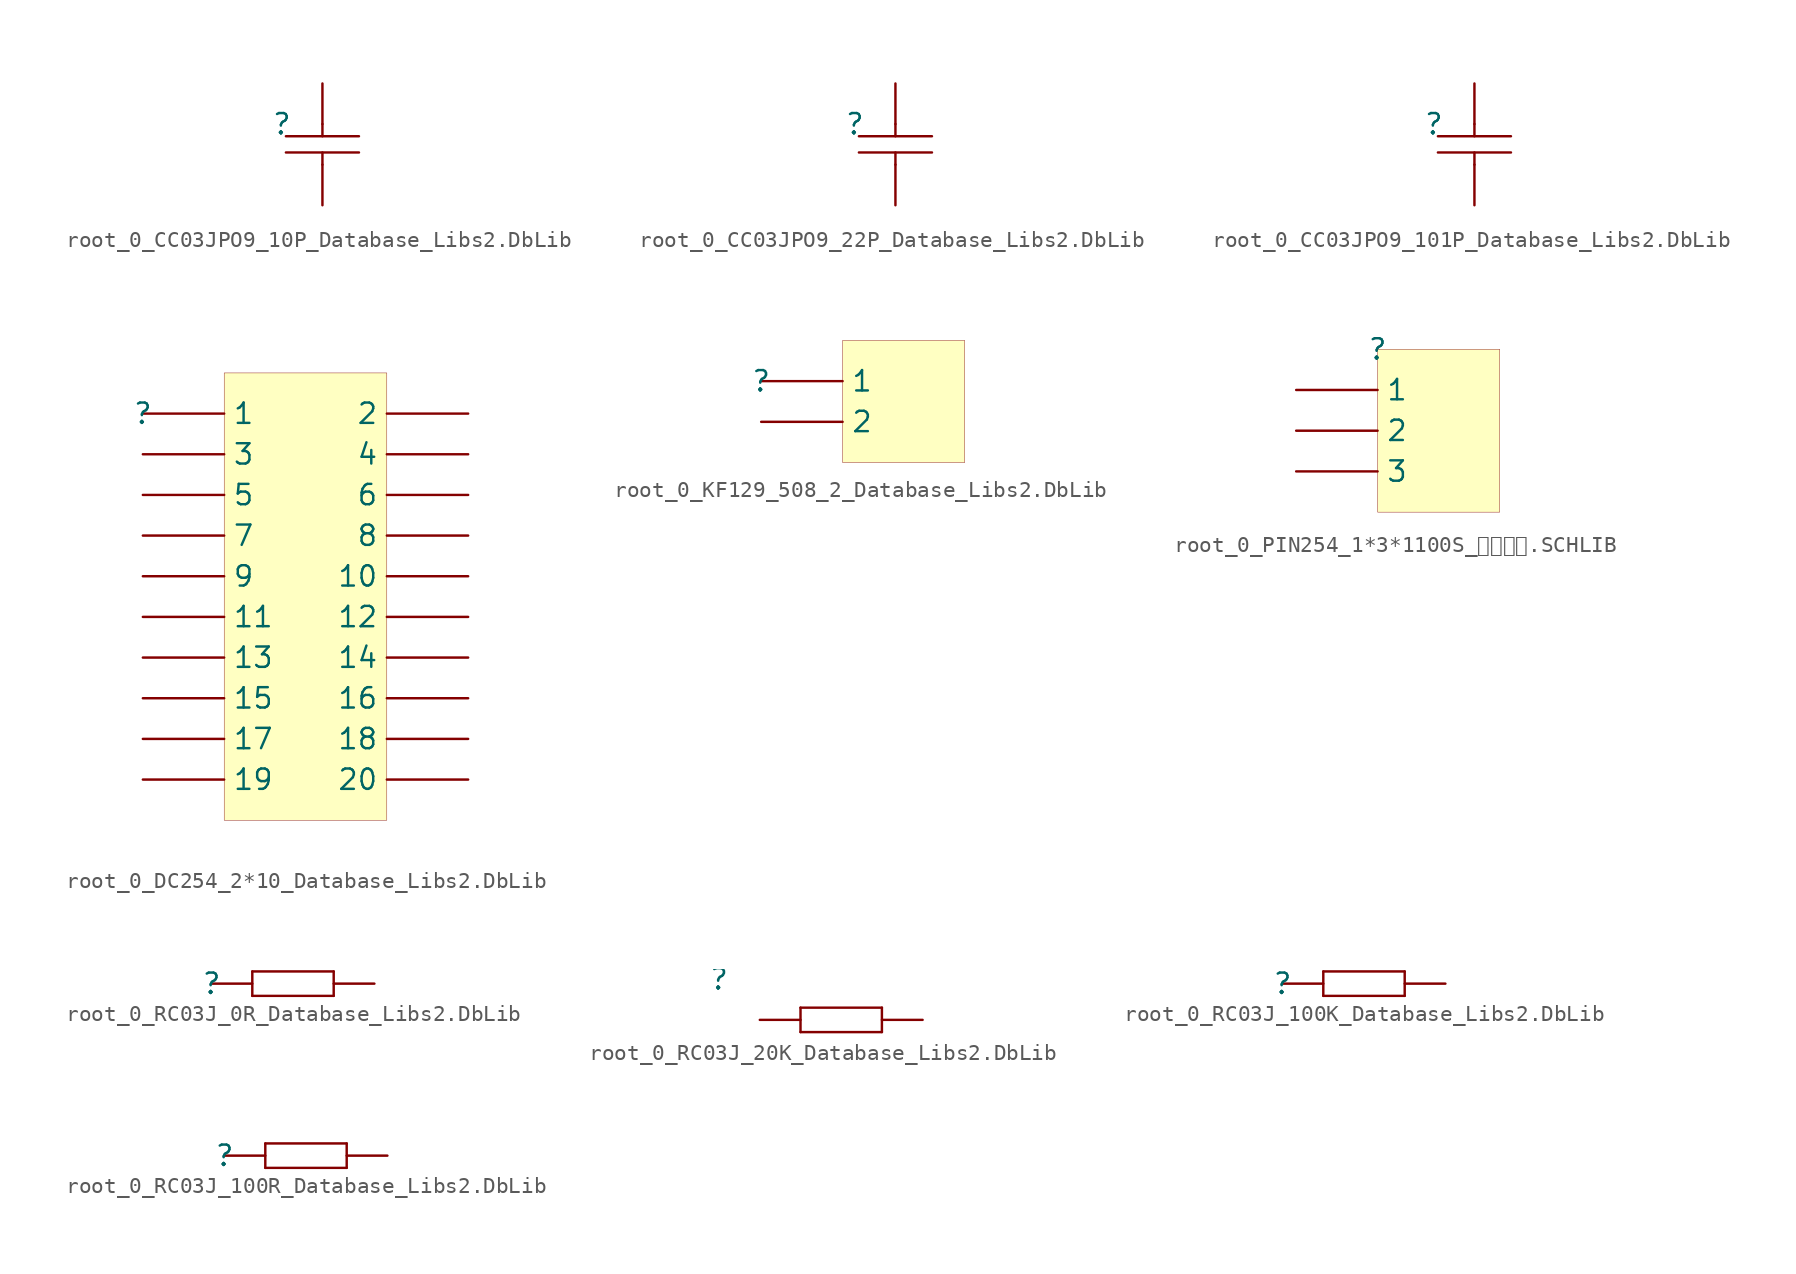
<source format=kicad_sym>
(kicad_symbol_lib
  (version 20241209)
  (generator "kicad_symbol_editor")
  (generator_version "9.0")
  (symbol "root_0_CC03JPO9_10P_Database_Libs2.DbLib"
    (pin_numbers
      (hide yes))
    (pin_names
      (hide yes))
    (property "Reference" ""
      (at 0 0 0)
      (effects (font (size 1.27 1.27))))
    (property "Value" ""
      (at 0 0 0)
      (effects (font (size 1.27 1.27))))
    (symbol "root_0_CC03JPO9_10P_Database_Libs2.DbLib_1_0"
      (polyline (pts (xy 0.254 -0.762) (xy 4.826 -0.762)) (stroke (width 0) (type solid)) (fill (type none)))
      (polyline (pts (xy 0.254 -1.778) (xy 4.826 -1.778)) (stroke (width 0) (type solid)) (fill (type none)))
      (polyline (pts (xy 2.54 0) (xy 2.54 -0.762)) (stroke (width 0) (type solid)) (fill (type none)))
      (polyline (pts (xy 2.54 -1.778) (xy 2.54 -2.54)) (stroke (width 0) (type solid)) (fill (type none)))
      (pin passive line (at 2.54 2.54 270) (length 2.54) (name "1" (effects (font (size 1.27 1.27)))) (number "1" (effects (font (size 1.27 1.27)))))
      (pin passive line (at 2.54 -5.08 90) (length 2.54) (name "2" (effects (font (size 1.27 1.27)))) (number "2" (effects (font (size 1.27 1.27)))))))
  (symbol "root_0_CC03JPO9_22P_Database_Libs2.DbLib"
    (pin_numbers
      (hide yes))
    (pin_names
      (hide yes))
    (property "Reference" ""
      (at 0 0 0)
      (effects (font (size 1.27 1.27))))
    (property "Value" ""
      (at 0 0 0)
      (effects (font (size 1.27 1.27))))
    (symbol "root_0_CC03JPO9_22P_Database_Libs2.DbLib_1_0"
      (polyline (pts (xy 0.254 -0.762) (xy 4.826 -0.762)) (stroke (width 0) (type solid)) (fill (type none)))
      (polyline (pts (xy 0.254 -1.778) (xy 4.826 -1.778)) (stroke (width 0) (type solid)) (fill (type none)))
      (polyline (pts (xy 2.54 0) (xy 2.54 -0.762)) (stroke (width 0) (type solid)) (fill (type none)))
      (polyline (pts (xy 2.54 -1.778) (xy 2.54 -2.54)) (stroke (width 0) (type solid)) (fill (type none)))
      (pin passive line (at 2.54 2.54 270) (length 2.54) (name "1" (effects (font (size 1.27 1.27)))) (number "1" (effects (font (size 1.27 1.27)))))
      (pin passive line (at 2.54 -5.08 90) (length 2.54) (name "2" (effects (font (size 1.27 1.27)))) (number "2" (effects (font (size 1.27 1.27)))))))
  (symbol "root_0_CC03JPO9_101P_Database_Libs2.DbLib"
    (pin_numbers
      (hide yes))
    (pin_names
      (hide yes))
    (property "Reference" ""
      (at 0 0 0)
      (effects (font (size 1.27 1.27))))
    (property "Value" ""
      (at 0 0 0)
      (effects (font (size 1.27 1.27))))
    (symbol "root_0_CC03JPO9_101P_Database_Libs2.DbLib_1_0"
      (polyline (pts (xy 0.254 -0.762) (xy 4.826 -0.762)) (stroke (width 0) (type solid)) (fill (type none)))
      (polyline (pts (xy 0.254 -1.778) (xy 4.826 -1.778)) (stroke (width 0) (type solid)) (fill (type none)))
      (polyline (pts (xy 2.54 0) (xy 2.54 -0.762)) (stroke (width 0) (type solid)) (fill (type none)))
      (polyline (pts (xy 2.54 -1.778) (xy 2.54 -2.54)) (stroke (width 0) (type solid)) (fill (type none)))
      (pin passive line (at 2.54 2.54 270) (length 2.54) (name "1" (effects (font (size 1.27 1.27)))) (number "1" (effects (font (size 1.27 1.27)))))
      (pin passive line (at 2.54 -5.08 90) (length 2.54) (name "2" (effects (font (size 1.27 1.27)))) (number "2" (effects (font (size 1.27 1.27)))))))
  (symbol "root_0_DC254_2*10_Database_Libs2.DbLib"
    (pin_numbers
      (hide yes))
    (property "Reference" ""
      (at 0 0 0)
      (effects (font (size 1.27 1.27))))
    (property "Value" ""
      (at 0 0 0)
      (effects (font (size 1.27 1.27))))
    (symbol "root_0_DC254_2*10_Database_Libs2.DbLib_1_0"
      (rectangle (start 15.24 2.54) (end 5.08 -25.4) (stroke (width 0.025) (type solid) (color 128 0 0 1)) (fill (type background)))
      (pin passive line (at 0 0 0) (length 5.08) (name "1" (effects (font (size 1.27 1.27)))) (number "1" (effects (font (size 1.27 1.27)))))
      (pin passive line (at 0 -2.54 0) (length 5.08) (name "3" (effects (font (size 1.27 1.27)))) (number "3" (effects (font (size 1.27 1.27)))))
      (pin passive line (at 0 -5.08 0) (length 5.08) (name "5" (effects (font (size 1.27 1.27)))) (number "5" (effects (font (size 1.27 1.27)))))
      (pin passive line (at 0 -7.62 0) (length 5.08) (name "7" (effects (font (size 1.27 1.27)))) (number "7" (effects (font (size 1.27 1.27)))))
      (pin passive line (at 0 -10.16 0) (length 5.08) (name "9" (effects (font (size 1.27 1.27)))) (number "9" (effects (font (size 1.27 1.27)))))
      (pin passive line (at 0 -12.7 0) (length 5.08) (name "11" (effects (font (size 1.27 1.27)))) (number "11" (effects (font (size 1.27 1.27)))))
      (pin passive line (at 0 -15.24 0) (length 5.08) (name "13" (effects (font (size 1.27 1.27)))) (number "13" (effects (font (size 1.27 1.27)))))
      (pin passive line (at 0 -17.78 0) (length 5.08) (name "15" (effects (font (size 1.27 1.27)))) (number "15" (effects (font (size 1.27 1.27)))))
      (pin passive line (at 0 -20.32 0) (length 5.08) (name "17" (effects (font (size 1.27 1.27)))) (number "17" (effects (font (size 1.27 1.27)))))
      (pin passive line (at 0 -22.86 0) (length 5.08) (name "19" (effects (font (size 1.27 1.27)))) (number "19" (effects (font (size 1.27 1.27)))))
      (pin passive line (at 20.32 0 180) (length 5.08) (name "2" (effects (font (size 1.27 1.27)))) (number "2" (effects (font (size 1.27 1.27)))))
      (pin passive line (at 20.32 -2.54 180) (length 5.08) (name "4" (effects (font (size 1.27 1.27)))) (number "4" (effects (font (size 1.27 1.27)))))
      (pin passive line (at 20.32 -5.08 180) (length 5.08) (name "6" (effects (font (size 1.27 1.27)))) (number "6" (effects (font (size 1.27 1.27)))))
      (pin passive line (at 20.32 -7.62 180) (length 5.08) (name "8" (effects (font (size 1.27 1.27)))) (number "8" (effects (font (size 1.27 1.27)))))
      (pin passive line (at 20.32 -10.16 180) (length 5.08) (name "10" (effects (font (size 1.27 1.27)))) (number "10" (effects (font (size 1.27 1.27)))))
      (pin passive line (at 20.32 -12.7 180) (length 5.08) (name "12" (effects (font (size 1.27 1.27)))) (number "12" (effects (font (size 1.27 1.27)))))
      (pin passive line (at 20.32 -15.24 180) (length 5.08) (name "14" (effects (font (size 1.27 1.27)))) (number "14" (effects (font (size 1.27 1.27)))))
      (pin passive line (at 20.32 -17.78 180) (length 5.08) (name "16" (effects (font (size 1.27 1.27)))) (number "16" (effects (font (size 1.27 1.27)))))
      (pin passive line (at 20.32 -20.32 180) (length 5.08) (name "18" (effects (font (size 1.27 1.27)))) (number "18" (effects (font (size 1.27 1.27)))))
      (pin passive line (at 20.32 -22.86 180) (length 5.08) (name "20" (effects (font (size 1.27 1.27)))) (number "20" (effects (font (size 1.27 1.27)))))))
  (symbol "root_0_KF129_508_2_Database_Libs2.DbLib"
    (pin_numbers
      (hide yes))
    (property "Reference" ""
      (at 0 0 0)
      (effects (font (size 1.27 1.27))))
    (property "Value" ""
      (at 0 0 0)
      (effects (font (size 1.27 1.27))))
    (symbol "root_0_KF129_508_2_Database_Libs2.DbLib_1_0"
      (rectangle (start 12.7 2.54) (end 5.08 -5.08) (stroke (width 0.025) (type solid) (color 128 0 0 1)) (fill (type background)))
      (pin passive line (at 0 0 0) (length 5.08) (name "1" (effects (font (size 1.27 1.27)))) (number "1" (effects (font (size 1.27 1.27)))))
      (pin passive line (at 0 -2.54 0) (length 5.08) (name "2" (effects (font (size 1.27 1.27)))) (number "2" (effects (font (size 1.27 1.27)))))))
  (symbol "root_0_PIN254_1*3*1100S_模拟计量.SCHLIB"
    (pin_numbers
      (hide yes))
    (property "Reference" ""
      (at 0 0 0)
      (effects (font (size 1.27 1.27))))
    (property "Value" ""
      (at 0 0 0)
      (effects (font (size 1.27 1.27))))
    (symbol "root_0_PIN254_1*3*1100S_模拟计量.SCHLIB_1_0"
      (rectangle (start 7.62 0) (end 0 -10.16) (stroke (width 0.025) (type solid) (color 128 0 0 1)) (fill (type background)))
      (pin passive line (at -5.08 -2.54 0) (length 5.08) (name "1" (effects (font (size 1.27 1.27)))) (number "1" (effects (font (size 1.27 1.27)))))
      (pin passive line (at -5.08 -5.08 0) (length 5.08) (name "2" (effects (font (size 1.27 1.27)))) (number "2" (effects (font (size 1.27 1.27)))))
      (pin passive line (at -5.08 -7.62 0) (length 5.08) (name "3" (effects (font (size 1.27 1.27)))) (number "3" (effects (font (size 1.27 1.27)))))))
  (symbol "root_0_RC03J_0R_Database_Libs2.DbLib"
    (pin_numbers
      (hide yes))
    (pin_names
      (hide yes))
    (property "Reference" ""
      (at 0 0 0)
      (effects (font (size 1.27 1.27))))
    (property "Value" ""
      (at 0 0 0)
      (effects (font (size 1.27 1.27))))
    (symbol "root_0_RC03J_0R_Database_Libs2.DbLib_1_0"
      (polyline (pts (xy 2.54 0.762) (xy 2.54 -0.762)) (stroke (width 0) (type solid)) (fill (type none)))
      (polyline (pts (xy 2.54 0.762) (xy 7.62 0.762)) (stroke (width 0) (type solid)) (fill (type none)))
      (polyline (pts (xy 2.54 -0.762) (xy 7.62 -0.762)) (stroke (width 0) (type solid)) (fill (type none)))
      (polyline (pts (xy 7.62 0.762) (xy 7.62 -0.762)) (stroke (width 0) (type solid)) (fill (type none)))
      (pin passive line (at 0 0 0) (length 2.54) (name "1" (effects (font (size 1.27 1.27)))) (number "1" (effects (font (size 1.27 1.27)))))
      (pin passive line (at 10.16 0 180) (length 2.54) (name "2" (effects (font (size 1.27 1.27)))) (number "2" (effects (font (size 1.27 1.27)))))))
  (symbol "root_0_RC03J_20K_Database_Libs2.DbLib"
    (pin_numbers
      (hide yes))
    (pin_names
      (hide yes))
    (property "Reference" ""
      (at 0 0 0)
      (effects (font (size 1.27 1.27))))
    (property "Value" ""
      (at 0 0 0)
      (effects (font (size 1.27 1.27))))
    (symbol "root_0_RC03J_20K_Database_Libs2.DbLib_1_0"
      (polyline (pts (xy 5.08 -1.778) (xy 5.08 -3.302)) (stroke (width 0) (type solid)) (fill (type none)))
      (polyline (pts (xy 5.08 -1.778) (xy 10.16 -1.778)) (stroke (width 0) (type solid)) (fill (type none)))
      (polyline (pts (xy 5.08 -3.302) (xy 10.16 -3.302)) (stroke (width 0) (type solid)) (fill (type none)))
      (polyline (pts (xy 10.16 -1.778) (xy 10.16 -3.302)) (stroke (width 0) (type solid)) (fill (type none)))
      (pin passive line (at 2.54 -2.54 0) (length 2.54) (name "1" (effects (font (size 1.27 1.27)))) (number "1" (effects (font (size 1.27 1.27)))))
      (pin passive line (at 12.7 -2.54 180) (length 2.54) (name "2" (effects (font (size 1.27 1.27)))) (number "2" (effects (font (size 1.27 1.27)))))))
  (symbol "root_0_RC03J_100K_Database_Libs2.DbLib"
    (pin_numbers
      (hide yes))
    (pin_names
      (hide yes))
    (property "Reference" ""
      (at 0 0 0)
      (effects (font (size 1.27 1.27))))
    (property "Value" ""
      (at 0 0 0)
      (effects (font (size 1.27 1.27))))
    (symbol "root_0_RC03J_100K_Database_Libs2.DbLib_1_0"
      (polyline (pts (xy 2.54 0.762) (xy 2.54 -0.762)) (stroke (width 0) (type solid)) (fill (type none)))
      (polyline (pts (xy 2.54 0.762) (xy 7.62 0.762)) (stroke (width 0) (type solid)) (fill (type none)))
      (polyline (pts (xy 2.54 -0.762) (xy 7.62 -0.762)) (stroke (width 0) (type solid)) (fill (type none)))
      (polyline (pts (xy 7.62 0.762) (xy 7.62 -0.762)) (stroke (width 0) (type solid)) (fill (type none)))
      (pin passive line (at 0 0 0) (length 2.54) (name "1" (effects (font (size 1.27 1.27)))) (number "1" (effects (font (size 1.27 1.27)))))
      (pin passive line (at 10.16 0 180) (length 2.54) (name "2" (effects (font (size 1.27 1.27)))) (number "2" (effects (font (size 1.27 1.27)))))))
  (symbol "root_0_RC03J_100R_Database_Libs2.DbLib"
    (pin_numbers
      (hide yes))
    (pin_names
      (hide yes))
    (property "Reference" ""
      (at 0 0 0)
      (effects (font (size 1.27 1.27))))
    (property "Value" ""
      (at 0 0 0)
      (effects (font (size 1.27 1.27))))
    (symbol "root_0_RC03J_100R_Database_Libs2.DbLib_1_0"
      (polyline (pts (xy 2.54 0.762) (xy 2.54 -0.762)) (stroke (width 0) (type solid)) (fill (type none)))
      (polyline (pts (xy 2.54 0.762) (xy 7.62 0.762)) (stroke (width 0) (type solid)) (fill (type none)))
      (polyline (pts (xy 2.54 -0.762) (xy 7.62 -0.762)) (stroke (width 0) (type solid)) (fill (type none)))
      (polyline (pts (xy 7.62 0.762) (xy 7.62 -0.762)) (stroke (width 0) (type solid)) (fill (type none)))
      (pin passive line (at 0 0 0) (length 2.54) (name "1" (effects (font (size 1.27 1.27)))) (number "1" (effects (font (size 1.27 1.27)))))
      (pin passive line (at 10.16 0 180) (length 2.54) (name "2" (effects (font (size 1.27 1.27)))) (number "2" (effects (font (size 1.27 1.27))))))))
</source>
